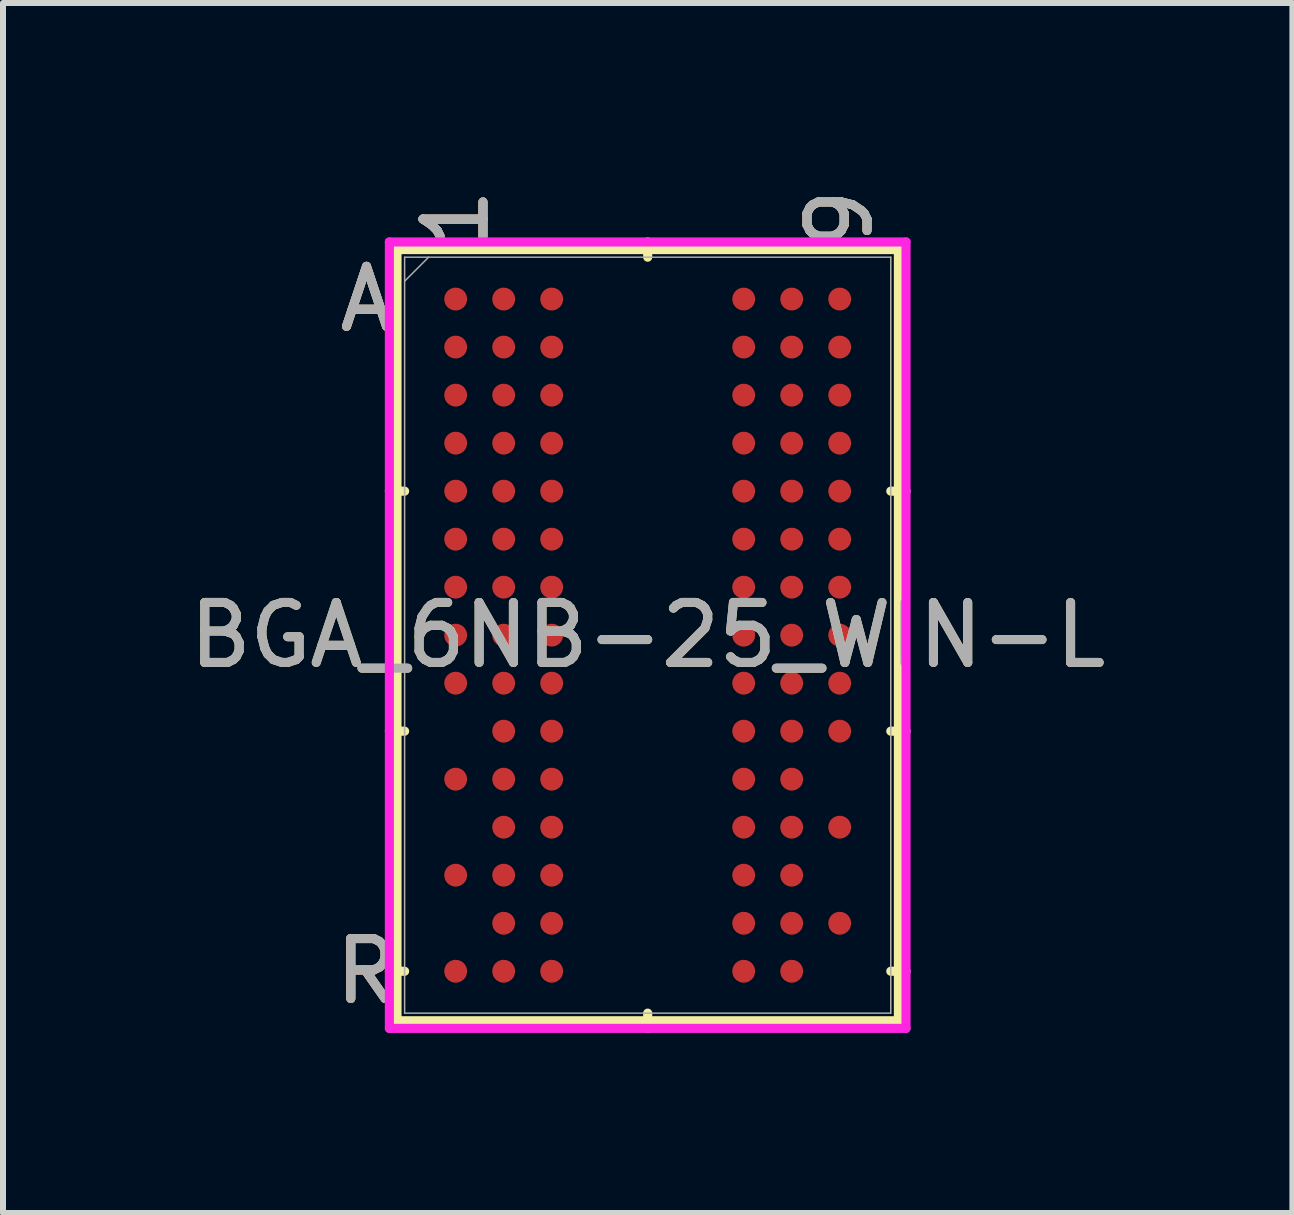
<source format=kicad_pcb>
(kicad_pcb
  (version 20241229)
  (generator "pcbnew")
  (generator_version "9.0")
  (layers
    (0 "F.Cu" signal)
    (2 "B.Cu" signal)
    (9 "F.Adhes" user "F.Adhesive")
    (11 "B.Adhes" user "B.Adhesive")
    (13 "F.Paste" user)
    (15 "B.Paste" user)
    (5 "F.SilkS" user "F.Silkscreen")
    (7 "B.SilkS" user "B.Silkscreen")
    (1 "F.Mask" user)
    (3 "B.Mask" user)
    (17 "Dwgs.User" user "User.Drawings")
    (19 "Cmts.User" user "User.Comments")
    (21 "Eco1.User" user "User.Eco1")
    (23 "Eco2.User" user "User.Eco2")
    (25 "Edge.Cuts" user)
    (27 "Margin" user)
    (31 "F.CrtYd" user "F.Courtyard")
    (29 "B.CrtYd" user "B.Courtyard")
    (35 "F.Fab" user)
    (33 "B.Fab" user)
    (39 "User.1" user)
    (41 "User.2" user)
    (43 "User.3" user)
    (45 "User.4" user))
  (footprint "BGA_6NB-25_WIN-L"
    (layer "F.Cu")
    (at 7.744 7.535)
    (property "Reference" "BGA_6NB-25_WIN-L" (at 0 0 0) (unlocked yes) (layer "F.SilkS") (effects (font (size 1 1) (thickness 0.15))))
    (attr smd)
    (fp_line (start -4.178 -6.426) (end -4.178 6.426) (stroke (width 0.152) (type solid)) (layer "F.SilkS"))
    (fp_line (start -4.178 6.426) (end 4.178 6.426) (stroke (width 0.152) (type solid)) (layer "F.SilkS"))
    (fp_line (start -4.051 -2.4) (end -4.305 -2.4) (stroke (width 0.152) (type solid)) (layer "F.SilkS"))
    (fp_line (start -4.051 1.6) (end -4.305 1.6) (stroke (width 0.152) (type solid)) (layer "F.SilkS"))
    (fp_line (start -4.051 5.601) (end -4.305 5.601) (stroke (width 0.152) (type solid)) (layer "F.SilkS"))
    (fp_line (start 0 -6.299) (end 0 -6.553) (stroke (width 0.152) (type solid)) (layer "F.SilkS"))
    (fp_line (start 0 6.299) (end 0 6.553) (stroke (width 0.152) (type solid)) (layer "F.SilkS"))
    (fp_line (start 4.051 -2.4) (end 4.305 -2.4) (stroke (width 0.152) (type solid)) (layer "F.SilkS"))
    (fp_line (start 4.051 1.6) (end 4.305 1.6) (stroke (width 0.152) (type solid)) (layer "F.SilkS"))
    (fp_line (start 4.051 5.601) (end 4.305 5.601) (stroke (width 0.152) (type solid)) (layer "F.SilkS"))
    (fp_line (start 4.178 -6.426) (end -4.178 -6.426) (stroke (width 0.152) (type solid)) (layer "F.SilkS"))
    (fp_line (start 4.178 6.426) (end 4.178 -6.426) (stroke (width 0.152) (type solid)) (layer "F.SilkS"))
    (fp_poly (pts (xy -4.045 -6.445) (xy 4.045 -6.445) (xy 4.045 6.445) (xy -4.045 6.445)) (stroke (width 0.1) (type solid)) (fill no) (layer "Eco2.User"))
    (fp_line (start -4.305 -6.553) (end 4.305 -6.553) (stroke (width 0.152) (type solid)) (layer "F.CrtYd"))
    (fp_line (start -4.305 6.553) (end -4.305 -6.553) (stroke (width 0.152) (type solid)) (layer "F.CrtYd"))
    (fp_line (start 4.305 -6.553) (end 4.305 6.553) (stroke (width 0.152) (type solid)) (layer "F.CrtYd"))
    (fp_line (start 4.305 6.553) (end -4.305 6.553) (stroke (width 0.152) (type solid)) (layer "F.CrtYd"))
    (fp_line (start -4.051 -6.299) (end -4.051 6.299) (stroke (width 0.025) (type solid)) (layer "F.Fab"))
    (fp_line (start -4.051 6.299) (end 4.051 6.299) (stroke (width 0.025) (type solid)) (layer "F.Fab"))
    (fp_line (start -3.651 -6.299) (end -4.051 -5.899) (stroke (width 0.025) (type solid)) (layer "F.Fab"))
    (fp_line (start 4.051 -6.299) (end -4.051 -6.299) (stroke (width 0.025) (type solid)) (layer "F.Fab"))
    (fp_line (start 4.051 6.299) (end 4.051 -6.299) (stroke (width 0.025) (type solid)) (layer "F.Fab"))
    (fp_text user "9" (at 3.2 -6.934 90) (unlocked yes) (layer "F.SilkS") (effects (font (size 1 1) (thickness 0.15))))
    (fp_text user "R" (at -4.686 5.601 0) (unlocked yes) (layer "F.SilkS") (effects (font (size 1 1) (thickness 0.15))))
    (fp_text user "1" (at -3.2 -6.934 90) (unlocked yes) (layer "F.SilkS") (effects (font (size 1 1) (thickness 0.15))))
    (fp_text user "A" (at -4.686 -5.601 0) (unlocked yes) (layer "F.SilkS") (effects (font (size 1 1) (thickness 0.15))))
    (fp_text user "9" (at 3.2 -6.934 90) (unlocked yes) (layer "B.SilkS") (effects (font (size 1 1) (thickness 0.15))))
    (fp_text user "R" (at -4.686 5.601 0) (unlocked yes) (layer "B.SilkS") (effects (font (size 1 1) (thickness 0.15))))
    (fp_text user "1" (at -3.2 -6.934 90) (unlocked yes) (layer "B.SilkS") (effects (font (size 1 1) (thickness 0.15))))
    (fp_text user "A" (at -4.686 -5.601 0) (unlocked yes) (layer "B.SilkS") (effects (font (size 1 1) (thickness 0.15))))
    (fp_text user "A" (at -4.686 -5.601 0) (unlocked yes) (layer "F.Fab") (effects (font (size 1 1) (thickness 0.15))))
    (fp_text user "R" (at -4.686 5.601 0) (unlocked yes) (layer "F.Fab") (effects (font (size 1 1) (thickness 0.15))))
    (fp_text user "1" (at -3.2 -6.934 90) (unlocked yes) (layer "F.Fab") (effects (font (size 1 1) (thickness 0.15))))
    (fp_text user "9" (at 3.2 -6.934 90) (unlocked yes) (layer "F.Fab") (effects (font (size 1 1) (thickness 0.15))))
    (fp_text user "${REFERENCE}" (at 0 0 0) (unlocked yes) (layer "F.Fab") (effects (font (size 1 1) (thickness 0.15))))
    (pad "A1" smd circle (at -3.2 -5.601) (size 0.381 0.381) (layers "F.Cu" "F.Mask" "F.Paste"))
    (pad "A2" smd circle (at -2.4 -5.601) (size 0.381 0.381) (layers "F.Cu" "F.Mask" "F.Paste"))
    (pad "A3" smd circle (at -1.6 -5.601) (size 0.381 0.381) (layers "F.Cu" "F.Mask" "F.Paste"))
    (pad "A7" smd circle (at 1.6 -5.601) (size 0.381 0.381) (layers "F.Cu" "F.Mask" "F.Paste"))
    (pad "A8" smd circle (at 2.4 -5.601) (size 0.381 0.381) (layers "F.Cu" "F.Mask" "F.Paste"))
    (pad "A9" smd circle (at 3.2 -5.601) (size 0.381 0.381) (layers "F.Cu" "F.Mask" "F.Paste"))
    (pad "B1" smd circle (at -3.2 -4.801) (size 0.381 0.381) (layers "F.Cu" "F.Mask" "F.Paste"))
    (pad "B2" smd circle (at -2.4 -4.801) (size 0.381 0.381) (layers "F.Cu" "F.Mask" "F.Paste"))
    (pad "B3" smd circle (at -1.6 -4.801) (size 0.381 0.381) (layers "F.Cu" "F.Mask" "F.Paste"))
    (pad "B7" smd circle (at 1.6 -4.801) (size 0.381 0.381) (layers "F.Cu" "F.Mask" "F.Paste"))
    (pad "B8" smd circle (at 2.4 -4.801) (size 0.381 0.381) (layers "F.Cu" "F.Mask" "F.Paste"))
    (pad "B9" smd circle (at 3.2 -4.801) (size 0.381 0.381) (layers "F.Cu" "F.Mask" "F.Paste"))
    (pad "C1" smd circle (at -3.2 -4) (size 0.381 0.381) (layers "F.Cu" "F.Mask" "F.Paste"))
    (pad "C2" smd circle (at -2.4 -4) (size 0.381 0.381) (layers "F.Cu" "F.Mask" "F.Paste"))
    (pad "C3" smd circle (at -1.6 -4) (size 0.381 0.381) (layers "F.Cu" "F.Mask" "F.Paste"))
    (pad "C7" smd circle (at 1.6 -4) (size 0.381 0.381) (layers "F.Cu" "F.Mask" "F.Paste"))
    (pad "C8" smd circle (at 2.4 -4) (size 0.381 0.381) (layers "F.Cu" "F.Mask" "F.Paste"))
    (pad "C9" smd circle (at 3.2 -4) (size 0.381 0.381) (layers "F.Cu" "F.Mask" "F.Paste"))
    (pad "D1" smd circle (at -3.2 -3.2) (size 0.381 0.381) (layers "F.Cu" "F.Mask" "F.Paste"))
    (pad "D2" smd circle (at -2.4 -3.2) (size 0.381 0.381) (layers "F.Cu" "F.Mask" "F.Paste"))
    (pad "D3" smd circle (at -1.6 -3.2) (size 0.381 0.381) (layers "F.Cu" "F.Mask" "F.Paste"))
    (pad "D7" smd circle (at 1.6 -3.2) (size 0.381 0.381) (layers "F.Cu" "F.Mask" "F.Paste"))
    (pad "D8" smd circle (at 2.4 -3.2) (size 0.381 0.381) (layers "F.Cu" "F.Mask" "F.Paste"))
    (pad "D9" smd circle (at 3.2 -3.2) (size 0.381 0.381) (layers "F.Cu" "F.Mask" "F.Paste"))
    (pad "E1" smd circle (at -3.2 -2.4) (size 0.381 0.381) (layers "F.Cu" "F.Mask" "F.Paste"))
    (pad "E2" smd circle (at -2.4 -2.4) (size 0.381 0.381) (layers "F.Cu" "F.Mask" "F.Paste"))
    (pad "E3" smd circle (at -1.6 -2.4) (size 0.381 0.381) (layers "F.Cu" "F.Mask" "F.Paste"))
    (pad "E7" smd circle (at 1.6 -2.4) (size 0.381 0.381) (layers "F.Cu" "F.Mask" "F.Paste"))
    (pad "E8" smd circle (at 2.4 -2.4) (size 0.381 0.381) (layers "F.Cu" "F.Mask" "F.Paste"))
    (pad "E9" smd circle (at 3.2 -2.4) (size 0.381 0.381) (layers "F.Cu" "F.Mask" "F.Paste"))
    (pad "F1" smd circle (at -3.2 -1.6) (size 0.381 0.381) (layers "F.Cu" "F.Mask" "F.Paste"))
    (pad "F2" smd circle (at -2.4 -1.6) (size 0.381 0.381) (layers "F.Cu" "F.Mask" "F.Paste"))
    (pad "F3" smd circle (at -1.6 -1.6) (size 0.381 0.381) (layers "F.Cu" "F.Mask" "F.Paste"))
    (pad "F7" smd circle (at 1.6 -1.6) (size 0.381 0.381) (layers "F.Cu" "F.Mask" "F.Paste"))
    (pad "F8" smd circle (at 2.4 -1.6) (size 0.381 0.381) (layers "F.Cu" "F.Mask" "F.Paste"))
    (pad "F9" smd circle (at 3.2 -1.6) (size 0.381 0.381) (layers "F.Cu" "F.Mask" "F.Paste"))
    (pad "G1" smd circle (at -3.2 -0.8) (size 0.381 0.381) (layers "F.Cu" "F.Mask" "F.Paste"))
    (pad "G2" smd circle (at -2.4 -0.8) (size 0.381 0.381) (layers "F.Cu" "F.Mask" "F.Paste"))
    (pad "G3" smd circle (at -1.6 -0.8) (size 0.381 0.381) (layers "F.Cu" "F.Mask" "F.Paste"))
    (pad "G7" smd circle (at 1.6 -0.8) (size 0.381 0.381) (layers "F.Cu" "F.Mask" "F.Paste"))
    (pad "G8" smd circle (at 2.4 -0.8) (size 0.381 0.381) (layers "F.Cu" "F.Mask" "F.Paste"))
    (pad "G9" smd circle (at 3.2 -0.8) (size 0.381 0.381) (layers "F.Cu" "F.Mask" "F.Paste"))
    (pad "H1" smd circle (at -3.2 0) (size 0.381 0.381) (layers "F.Cu" "F.Mask" "F.Paste"))
    (pad "H2" smd circle (at -2.4 0) (size 0.381 0.381) (layers "F.Cu" "F.Mask" "F.Paste"))
    (pad "H3" smd circle (at -1.6 0) (size 0.381 0.381) (layers "F.Cu" "F.Mask" "F.Paste"))
    (pad "H7" smd circle (at 1.6 0) (size 0.381 0.381) (layers "F.Cu" "F.Mask" "F.Paste"))
    (pad "H8" smd circle (at 2.4 0) (size 0.381 0.381) (layers "F.Cu" "F.Mask" "F.Paste"))
    (pad "H9" smd circle (at 3.2 0) (size 0.381 0.381) (layers "F.Cu" "F.Mask" "F.Paste"))
    (pad "J1" smd circle (at -3.2 0.8) (size 0.381 0.381) (layers "F.Cu" "F.Mask" "F.Paste"))
    (pad "J2" smd circle (at -2.4 0.8) (size 0.381 0.381) (layers "F.Cu" "F.Mask" "F.Paste"))
    (pad "J3" smd circle (at -1.6 0.8) (size 0.381 0.381) (layers "F.Cu" "F.Mask" "F.Paste"))
    (pad "J7" smd circle (at 1.6 0.8) (size 0.381 0.381) (layers "F.Cu" "F.Mask" "F.Paste"))
    (pad "J8" smd circle (at 2.4 0.8) (size 0.381 0.381) (layers "F.Cu" "F.Mask" "F.Paste"))
    (pad "J9" smd circle (at 3.2 0.8) (size 0.381 0.381) (layers "F.Cu" "F.Mask" "F.Paste"))
    (pad "K2" smd circle (at -2.4 1.6) (size 0.381 0.381) (layers "F.Cu" "F.Mask" "F.Paste"))
    (pad "K3" smd circle (at -1.6 1.6) (size 0.381 0.381) (layers "F.Cu" "F.Mask" "F.Paste"))
    (pad "K7" smd circle (at 1.6 1.6) (size 0.381 0.381) (layers "F.Cu" "F.Mask" "F.Paste"))
    (pad "K8" smd circle (at 2.4 1.6) (size 0.381 0.381) (layers "F.Cu" "F.Mask" "F.Paste"))
    (pad "K9" smd circle (at 3.2 1.6) (size 0.381 0.381) (layers "F.Cu" "F.Mask" "F.Paste"))
    (pad "L1" smd circle (at -3.2 2.4) (size 0.381 0.381) (layers "F.Cu" "F.Mask" "F.Paste"))
    (pad "L2" smd circle (at -2.4 2.4) (size 0.381 0.381) (layers "F.Cu" "F.Mask" "F.Paste"))
    (pad "L3" smd circle (at -1.6 2.4) (size 0.381 0.381) (layers "F.Cu" "F.Mask" "F.Paste"))
    (pad "L7" smd circle (at 1.6 2.4) (size 0.381 0.381) (layers "F.Cu" "F.Mask" "F.Paste"))
    (pad "L8" smd circle (at 2.4 2.4) (size 0.381 0.381) (layers "F.Cu" "F.Mask" "F.Paste"))
    (pad "M2" smd circle (at -2.4 3.2) (size 0.381 0.381) (layers "F.Cu" "F.Mask" "F.Paste"))
    (pad "M3" smd circle (at -1.6 3.2) (size 0.381 0.381) (layers "F.Cu" "F.Mask" "F.Paste"))
    (pad "M7" smd circle (at 1.6 3.2) (size 0.381 0.381) (layers "F.Cu" "F.Mask" "F.Paste"))
    (pad "M8" smd circle (at 2.4 3.2) (size 0.381 0.381) (layers "F.Cu" "F.Mask" "F.Paste"))
    (pad "M9" smd circle (at 3.2 3.2) (size 0.381 0.381) (layers "F.Cu" "F.Mask" "F.Paste"))
    (pad "N1" smd circle (at -3.2 4) (size 0.381 0.381) (layers "F.Cu" "F.Mask" "F.Paste"))
    (pad "N2" smd circle (at -2.4 4) (size 0.381 0.381) (layers "F.Cu" "F.Mask" "F.Paste"))
    (pad "N3" smd circle (at -1.6 4) (size 0.381 0.381) (layers "F.Cu" "F.Mask" "F.Paste"))
    (pad "N7" smd circle (at 1.6 4) (size 0.381 0.381) (layers "F.Cu" "F.Mask" "F.Paste"))
    (pad "N8" smd circle (at 2.4 4) (size 0.381 0.381) (layers "F.Cu" "F.Mask" "F.Paste"))
    (pad "P2" smd circle (at -2.4 4.801) (size 0.381 0.381) (layers "F.Cu" "F.Mask" "F.Paste"))
    (pad "P3" smd circle (at -1.6 4.801) (size 0.381 0.381) (layers "F.Cu" "F.Mask" "F.Paste"))
    (pad "P7" smd circle (at 1.6 4.801) (size 0.381 0.381) (layers "F.Cu" "F.Mask" "F.Paste"))
    (pad "P8" smd circle (at 2.4 4.801) (size 0.381 0.381) (layers "F.Cu" "F.Mask" "F.Paste"))
    (pad "P9" smd circle (at 3.2 4.801) (size 0.381 0.381) (layers "F.Cu" "F.Mask" "F.Paste"))
    (pad "R1" smd circle (at -3.2 5.601) (size 0.381 0.381) (layers "F.Cu" "F.Mask" "F.Paste"))
    (pad "R2" smd circle (at -2.4 5.601) (size 0.381 0.381) (layers "F.Cu" "F.Mask" "F.Paste"))
    (pad "R3" smd circle (at -1.6 5.601) (size 0.381 0.381) (layers "F.Cu" "F.Mask" "F.Paste"))
    (pad "R7" smd circle (at 1.6 5.601) (size 0.381 0.381) (layers "F.Cu" "F.Mask" "F.Paste"))
    (pad "R8" smd circle (at 2.4 5.601) (size 0.381 0.381) (layers "F.Cu" "F.Mask" "F.Paste")))
  (gr_rect
    (start -3 -3)
    (end 18.488 17.165)
    (stroke (width 0.1) (type default))
    (fill no)
    (layer "Edge.Cuts")))
</source>
